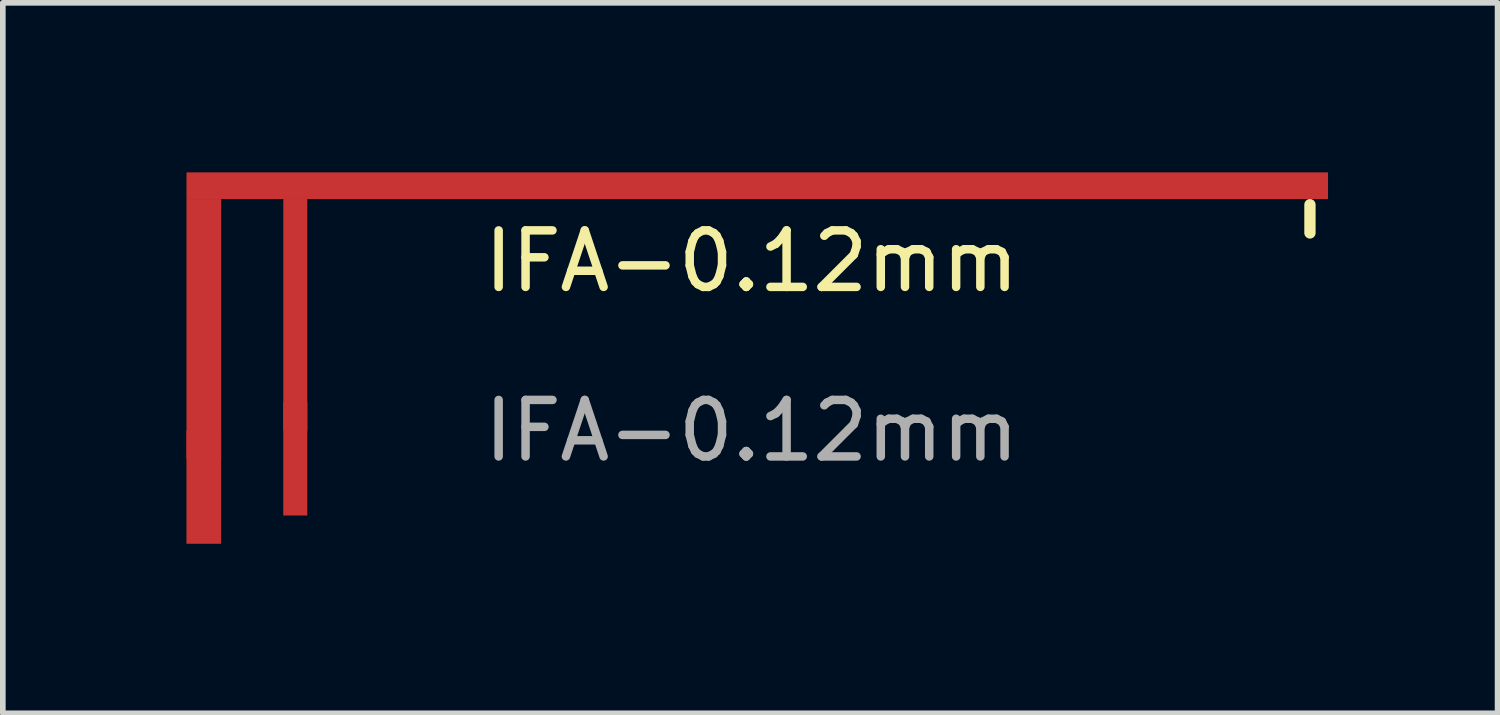
<source format=kicad_pcb>
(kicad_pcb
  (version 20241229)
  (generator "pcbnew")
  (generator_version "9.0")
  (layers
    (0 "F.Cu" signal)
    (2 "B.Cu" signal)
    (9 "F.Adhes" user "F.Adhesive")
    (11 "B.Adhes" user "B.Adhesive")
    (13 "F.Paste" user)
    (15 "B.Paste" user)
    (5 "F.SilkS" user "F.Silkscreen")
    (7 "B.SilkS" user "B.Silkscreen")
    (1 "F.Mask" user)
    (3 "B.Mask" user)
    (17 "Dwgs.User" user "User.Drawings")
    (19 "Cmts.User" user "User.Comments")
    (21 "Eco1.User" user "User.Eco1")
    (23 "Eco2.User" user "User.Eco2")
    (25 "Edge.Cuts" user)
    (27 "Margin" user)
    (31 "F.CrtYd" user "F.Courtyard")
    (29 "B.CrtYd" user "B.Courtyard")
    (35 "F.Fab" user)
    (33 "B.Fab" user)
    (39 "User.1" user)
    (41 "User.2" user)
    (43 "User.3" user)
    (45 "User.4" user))
  (footprint "IFA-0.12mm"
    (layer "F.Cu")
    (at 0.25 6.072)
    (property "Reference" "IFA-0.12mm" (at 10 -4.5 0) (unlocked yes) (layer "F.SilkS") (effects (font (size 1 1) (thickness 0.15))))
    (attr smd)
    (fp_rect (start 0 -5.6) (end 0.613 -1) (stroke (width 0) (type solid)) (fill yes) (layer "F.Cu"))
    (fp_rect (start 0 -5.6) (end 20.2 -6.072) (stroke (width 0) (type solid)) (fill yes) (layer "F.Cu"))
    (fp_rect (start 1.713 -5.6) (end 2.138 -1.5) (stroke (width 0) (type solid)) (fill yes) (layer "F.Cu"))
    (fp_line (start 19.88 -5.5) (end 19.88 -5) (stroke (width 0.2) (type default)) (layer "F.SilkS"))
    (fp_text user "${REFERENCE}" (at 10 -1.5 0) (unlocked yes) (layer "F.Fab") (effects (font (size 1 1) (thickness 0.15))))
    (pad "1" smd rect (at 1.925 -0.25) (size 0.425 2) (drill (offset 0 -0.75)) (layers "F.Cu"))
    (pad "2" smd rect (at 0.306 0.25) (size 0.613 2) (drill (offset 0 -0.75)) (layers "F.Cu")))
  (gr_rect
    (start -3 -3)
    (end 23.45 9.572)
    (stroke (width 0.1) (type default))
    (fill no)
    (layer "Edge.Cuts")))
</source>
